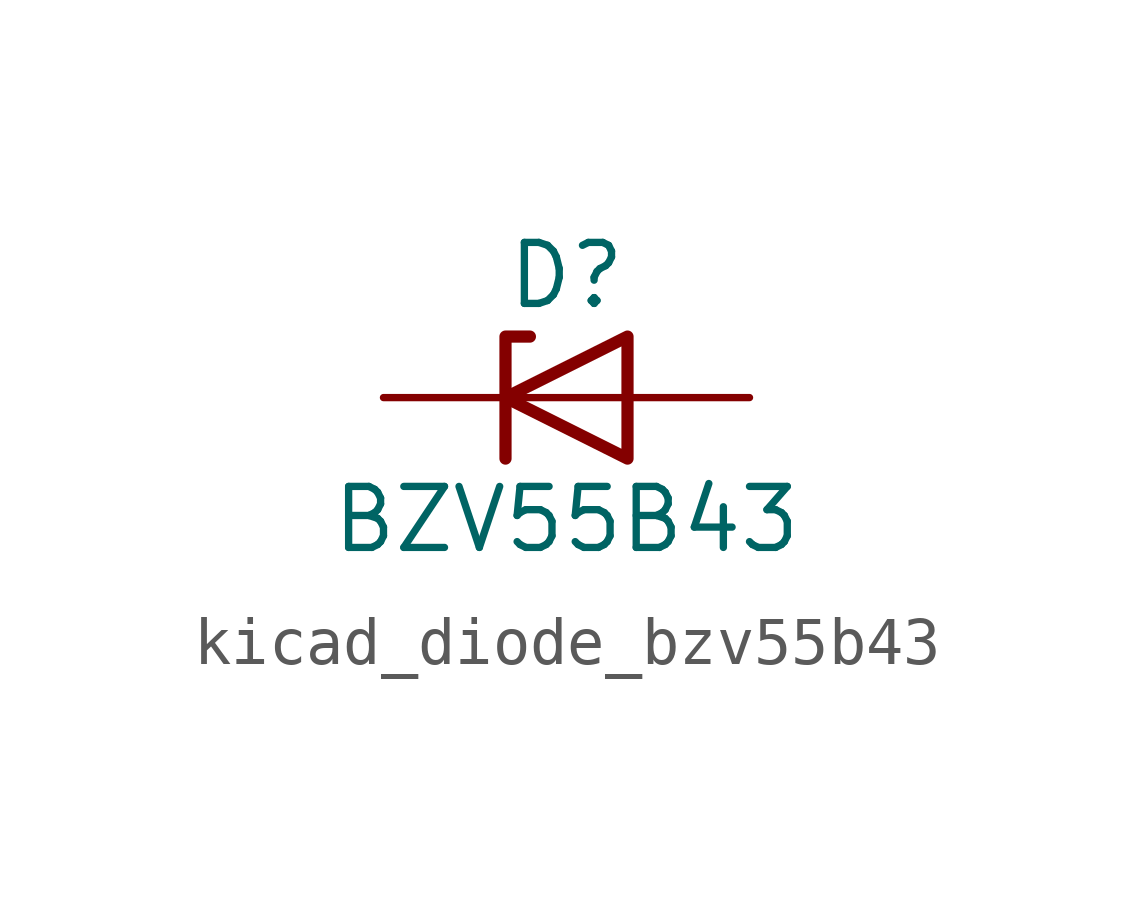
<source format=kicad_sym>
(kicad_symbol_lib
  (version 20220914)
  (generator kicad_symbol_editor)
  (symbol "kicad_diode_bzv55b43"
    (pin_numbers hide)
    (pin_names hide)
    (property "Reference" "D"
      (at 0 2.54 0)
      (effects (font (size 1.27 1.27))))
    (property "Value" "BZV55B43"
      (at 0 -2.54 0)
      (effects (font (size 1.27 1.27))))
    (symbol "kicad_diode_bzv55b43_0_1"
      (polyline (pts (xy 1.27 0) (xy -1.27 0)) (stroke (width 0) (type default)) (fill (type none)))
      (polyline (pts (xy -1.27 -1.27) (xy -1.27 1.27) (xy -0.762 1.27)) (stroke (width 0.254) (type default)) (fill (type none)))
      (polyline (pts (xy 1.27 -1.27) (xy 1.27 1.27) (xy -1.27 0) (xy 1.27 -1.27)) (stroke (width 0.254) (type default)) (fill (type none))))
    (symbol "kicad_diode_bzv55b43_1_1"
      (pin passive line (at -3.81 0 0) (length 2.54) (name "K" (effects (font (size 1.27 1.27)))) (number "1" (effects (font (size 1.27 1.27)))))
      (pin passive line (at 3.81 0 180) (length 2.54) (name "A" (effects (font (size 1.27 1.27)))) (number "2" (effects (font (size 1.27 1.27))))))))
</source>
